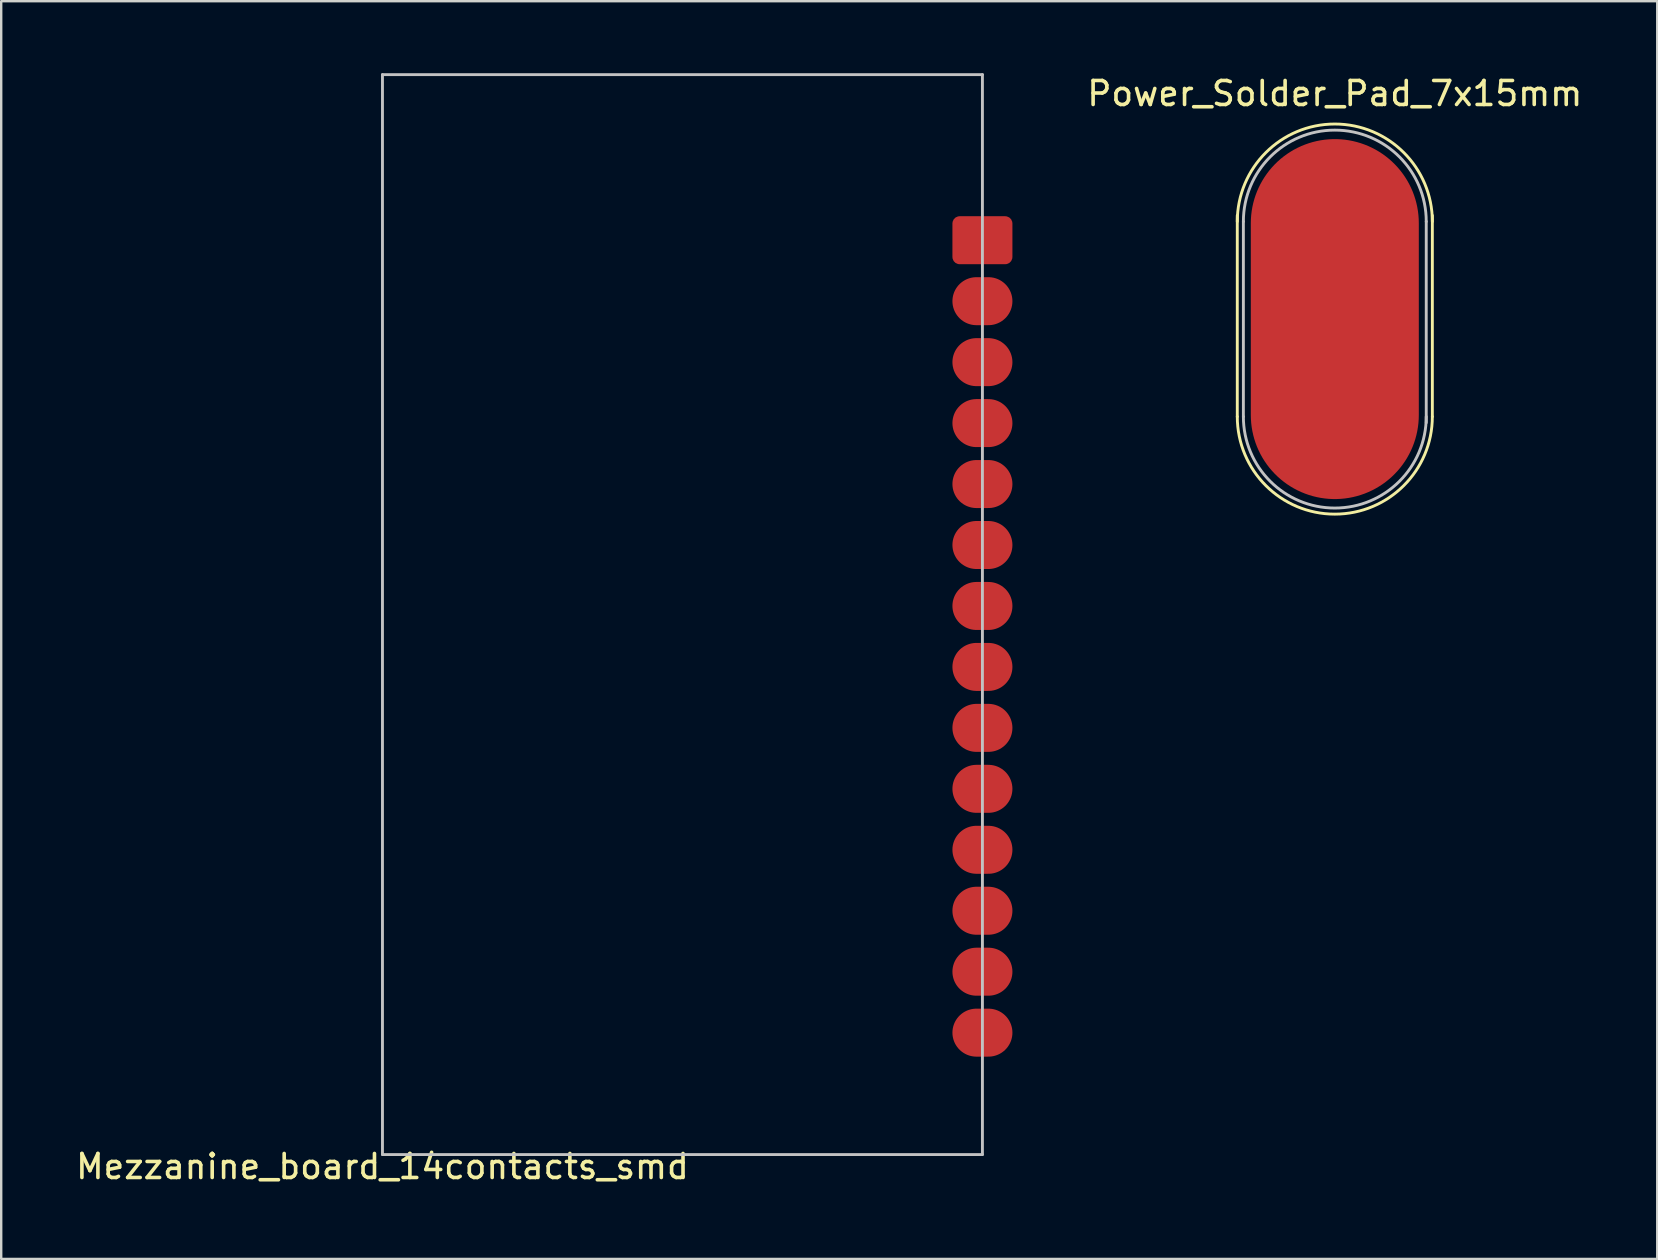
<source format=kicad_pcb>
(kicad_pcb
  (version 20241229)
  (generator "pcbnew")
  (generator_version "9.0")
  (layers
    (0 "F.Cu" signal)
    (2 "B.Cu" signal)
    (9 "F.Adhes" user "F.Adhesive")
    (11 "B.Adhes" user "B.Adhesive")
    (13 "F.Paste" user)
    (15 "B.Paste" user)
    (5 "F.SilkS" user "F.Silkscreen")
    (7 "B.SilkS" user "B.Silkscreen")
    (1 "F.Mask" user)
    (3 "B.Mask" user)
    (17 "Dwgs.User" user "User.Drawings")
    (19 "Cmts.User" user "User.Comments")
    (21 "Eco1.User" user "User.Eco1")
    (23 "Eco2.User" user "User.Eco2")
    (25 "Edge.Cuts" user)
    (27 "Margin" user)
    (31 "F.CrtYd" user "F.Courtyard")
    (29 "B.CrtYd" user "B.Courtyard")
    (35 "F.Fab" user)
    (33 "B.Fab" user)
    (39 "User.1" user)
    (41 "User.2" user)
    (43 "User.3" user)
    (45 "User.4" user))
  (footprint "Power_Solder_Pad_7x15mm"
    (layer "F.Cu")
    (at 52.571 5.928)
    (property "Reference" "Power_Solder_Pad_7x15mm" (at 0 -5.08 0) (layer "F.SilkS") (effects (font (size 1 1) (thickness 0.15))))
    (attr through_hole)
    (fp_line (start -4.064 0) (end -4.064 8.382) (stroke (width 0.12) (type solid)) (layer "F.SilkS"))
    (fp_line (start 4.064 8.382) (end 4.064 0) (stroke (width 0.12) (type solid)) (layer "F.SilkS"))
    (fp_arc (start -4.064 0.254) (mid 0 -3.81) (end 4.064 0.254) (stroke (width 0.12) (type solid)) (layer "F.SilkS"))
    (fp_arc (start 4.064 8.382) (mid 0 12.446) (end -4.064 8.382) (stroke (width 0.12) (type solid)) (layer "F.SilkS"))
    (fp_line (start -3.81 0.254) (end -3.81 8.382) (stroke (width 0.12) (type solid)) (layer "Dwgs.User"))
    (fp_line (start 3.81 8.636) (end 3.81 0.254) (stroke (width 0.12) (type solid)) (layer "Dwgs.User"))
    (fp_arc (start -3.81 0.254) (mid 0 -3.556) (end 3.81 0.254) (stroke (width 0.12) (type solid)) (layer "Dwgs.User"))
    (fp_arc (start 3.81 8.382) (mid 0 12.192) (end -3.81 8.382) (stroke (width 0.12) (type solid)) (layer "Dwgs.User"))
    (pad "1" smd oval (at 0 4.318) (size 7 15) (layers "F.Cu" "F.Mask" "F.Paste")))
  (footprint "Mezzanine_board_14contacts_smd"
    (layer "F.Cu")
    (at 12.887 45.06)
    (property "Reference" "Mezzanine_board_14contacts_smd" (at 0 0.5 0) (layer "F.SilkS") (effects (font (size 1 1) (thickness 0.15))))
    (attr through_hole)
    (fp_line (start 0 -45) (end 25 -45) (stroke (width 0.12) (type solid)) (layer "Dwgs.User"))
    (fp_line (start 0 0) (end 0 -45) (stroke (width 0.12) (type solid)) (layer "Dwgs.User"))
    (fp_line (start 25 -45) (end 25 0) (stroke (width 0.12) (type solid)) (layer "Dwgs.User"))
    (fp_line (start 25 0) (end 0 0) (stroke (width 0.12) (type solid)) (layer "Dwgs.User"))
    (pad "1" smd roundrect (at 25 -38.1) (size 2.5 2) (layers "F.Cu" "F.Mask" "F.Paste") (roundrect_rratio 0.15))
    (pad "2" smd oval (at 25 -35.56) (size 2.5 2) (layers "F.Cu" "F.Mask" "F.Paste"))
    (pad "3" smd oval (at 25 -33.02) (size 2.5 2) (layers "F.Cu" "F.Mask" "F.Paste"))
    (pad "4" smd oval (at 25 -30.48) (size 2.5 2) (layers "F.Cu" "F.Mask" "F.Paste"))
    (pad "5" smd oval (at 25 -27.94) (size 2.5 2) (layers "F.Cu" "F.Mask" "F.Paste"))
    (pad "6" smd oval (at 25 -25.4) (size 2.5 2) (layers "F.Cu" "F.Mask" "F.Paste"))
    (pad "7" smd oval (at 25 -22.86) (size 2.5 2) (layers "F.Cu" "F.Mask" "F.Paste"))
    (pad "8" smd oval (at 25 -20.32) (size 2.5 2) (layers "F.Cu" "F.Mask" "F.Paste"))
    (pad "9" smd oval (at 25 -17.78) (size 2.5 2) (layers "F.Cu" "F.Mask" "F.Paste"))
    (pad "10" smd oval (at 25 -15.24) (size 2.5 2) (layers "F.Cu" "F.Mask" "F.Paste"))
    (pad "11" smd oval (at 25 -12.7) (size 2.5 2) (layers "F.Cu" "F.Mask" "F.Paste"))
    (pad "12" smd oval (at 25 -10.16) (size 2.5 2) (layers "F.Cu" "F.Mask" "F.Paste"))
    (pad "13" smd oval (at 25 -7.62) (size 2.5 2) (layers "F.Cu" "F.Mask" "F.Paste"))
    (pad "14" smd oval (at 25 -5.08) (size 2.5 2) (layers "F.Cu" "F.Mask" "F.Paste")))
  (gr_rect
    (start -3 -3)
    (end 66.006 49.408)
    (stroke (width 0.1) (type default))
    (fill no)
    (layer "Edge.Cuts")))
</source>
